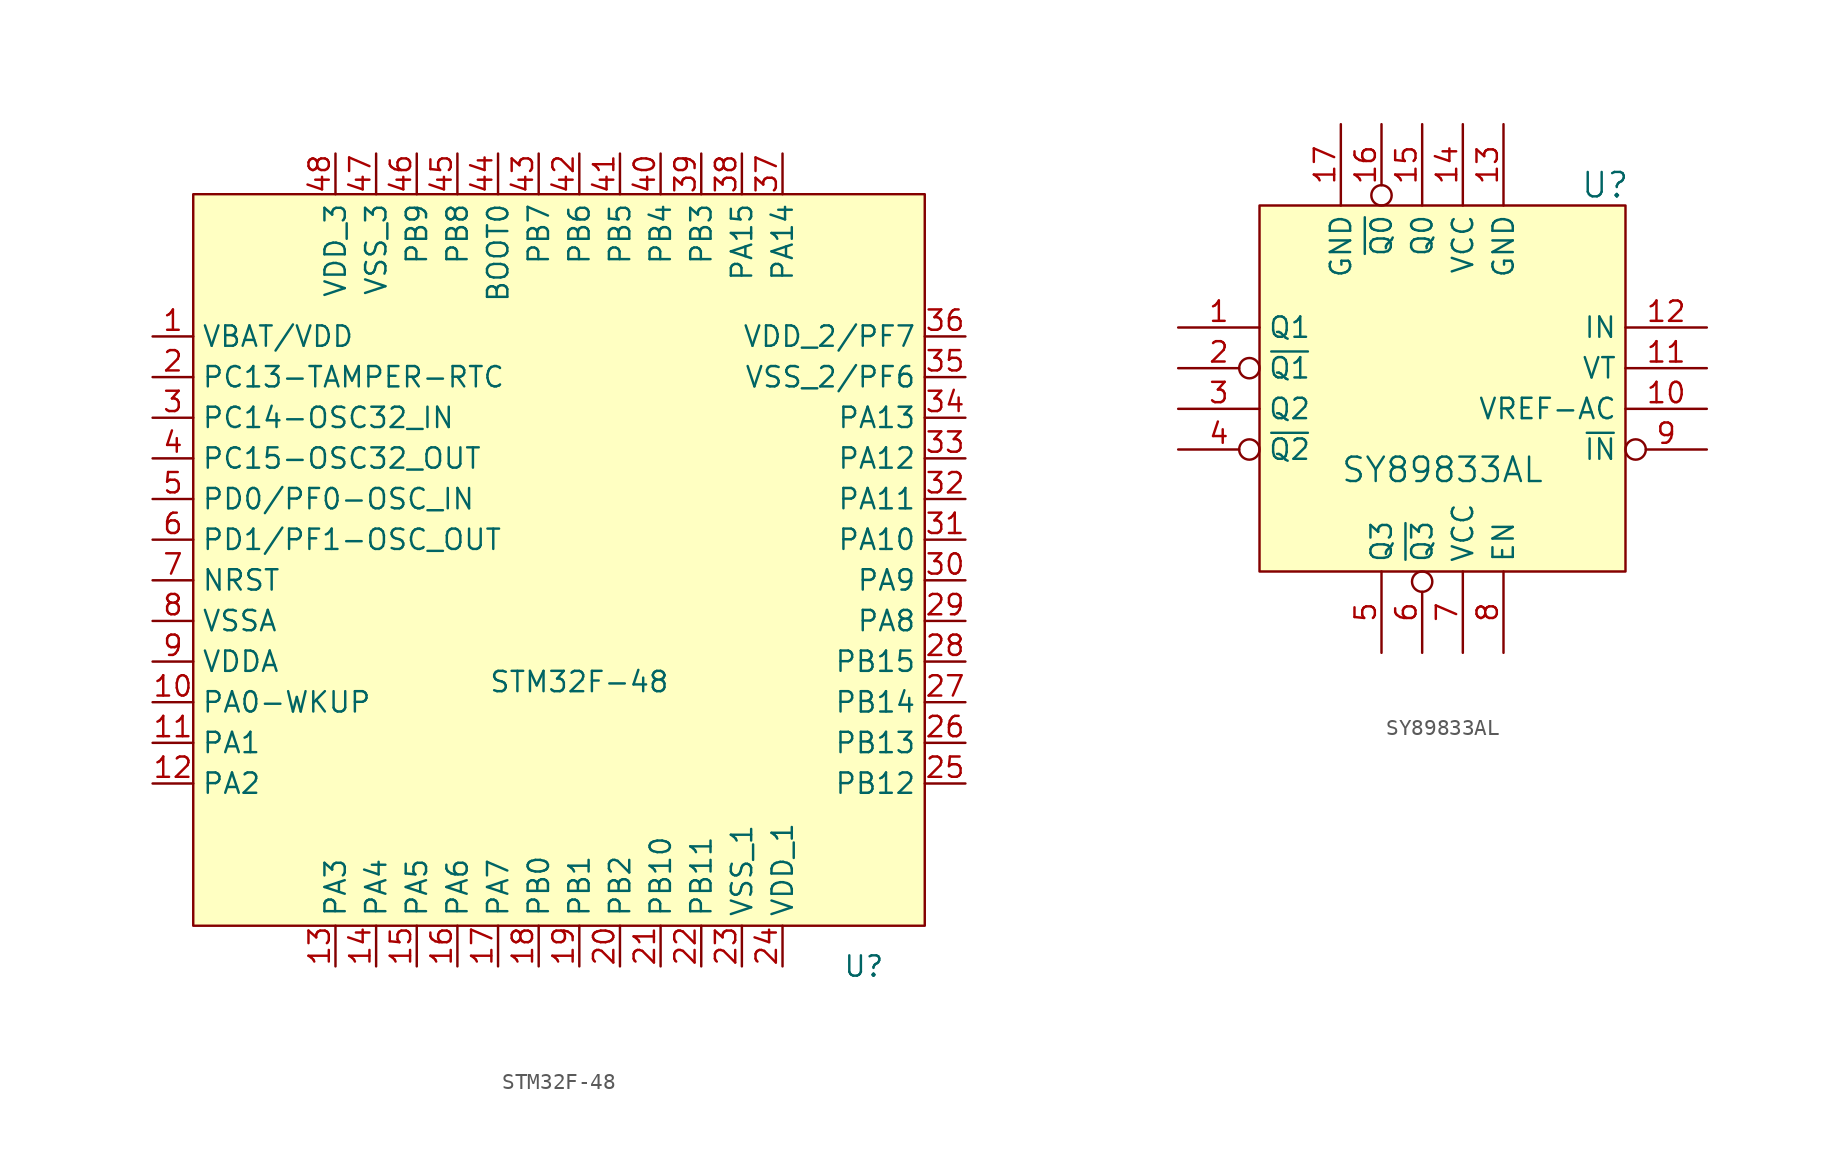
<source format=kicad_sym>
(kicad_symbol_lib
  (version 20241209)
  (generator "kicad_symbol_editor")
  (generator_version "9.0")
  (symbol "STM32F-48"
    (property "Reference" "U"
      (at 19.05 -25.4 0)
      (effects (font (size 1.27 1.27))))
    (property "Value" "STM32F-48"
      (at 1.27 -7.62 0)
      (effects (font (size 1.27 1.27))))
    (symbol "STM32F-48_0_1"
      (rectangle (start -22.86 22.86) (end 22.86 -22.86) (stroke (width 0) (type default)) (fill (type background))))
    (symbol "STM32F-48_1_1"
      (pin power_in line (at -25.4 13.97 0) (length 2.54) (name "VBAT/VDD" (effects (font (size 1.27 1.27)))) (number "1" (effects (font (size 1.27 1.27)))))
      (pin bidirectional line (at -25.4 11.43 0) (length 2.54) (name "PC13-TAMPER-RTC" (effects (font (size 1.27 1.27)))) (number "2" (effects (font (size 1.27 1.27)))))
      (pin bidirectional line (at -25.4 8.89 0) (length 2.54) (name "PC14-OSC32_IN" (effects (font (size 1.27 1.27)))) (number "3" (effects (font (size 1.27 1.27)))))
      (pin bidirectional line (at -25.4 6.35 0) (length 2.54) (name "PC15-OSC32_OUT" (effects (font (size 1.27 1.27)))) (number "4" (effects (font (size 1.27 1.27)))))
      (pin bidirectional line (at -25.4 3.81 0) (length 2.54) (name "PD0/PF0-OSC_IN" (effects (font (size 1.27 1.27)))) (number "5" (effects (font (size 1.27 1.27)))))
      (pin bidirectional line (at -25.4 1.27 0) (length 2.54) (name "PD1/PF1-OSC_OUT" (effects (font (size 1.27 1.27)))) (number "6" (effects (font (size 1.27 1.27)))))
      (pin bidirectional line (at -25.4 -1.27 0) (length 2.54) (name "NRST" (effects (font (size 1.27 1.27)))) (number "7" (effects (font (size 1.27 1.27)))))
      (pin power_in line (at -25.4 -3.81 0) (length 2.54) (name "VSSA" (effects (font (size 1.27 1.27)))) (number "8" (effects (font (size 1.27 1.27)))))
      (pin power_in line (at -25.4 -6.35 0) (length 2.54) (name "VDDA" (effects (font (size 1.27 1.27)))) (number "9" (effects (font (size 1.27 1.27)))))
      (pin bidirectional line (at -25.4 -8.89 0) (length 2.54) (name "PA0-WKUP" (effects (font (size 1.27 1.27)))) (number "10" (effects (font (size 1.27 1.27)))))
      (pin bidirectional line (at -25.4 -11.43 0) (length 2.54) (name "PA1" (effects (font (size 1.27 1.27)))) (number "11" (effects (font (size 1.27 1.27)))))
      (pin bidirectional line (at -25.4 -13.97 0) (length 2.54) (name "PA2" (effects (font (size 1.27 1.27)))) (number "12" (effects (font (size 1.27 1.27)))))
      (pin power_in line (at -13.97 25.4 270) (length 2.54) (name "VDD_3" (effects (font (size 1.27 1.27)))) (number "48" (effects (font (size 1.27 1.27)))))
      (pin bidirectional line (at -13.97 -25.4 90) (length 2.54) (name "PA3" (effects (font (size 1.27 1.27)))) (number "13" (effects (font (size 1.27 1.27)))))
      (pin power_in line (at -11.43 25.4 270) (length 2.54) (name "VSS_3" (effects (font (size 1.27 1.27)))) (number "47" (effects (font (size 1.27 1.27)))))
      (pin bidirectional line (at -11.43 -25.4 90) (length 2.54) (name "PA4" (effects (font (size 1.27 1.27)))) (number "14" (effects (font (size 1.27 1.27)))))
      (pin bidirectional line (at -8.89 25.4 270) (length 2.54) (name "PB9" (effects (font (size 1.27 1.27)))) (number "46" (effects (font (size 1.27 1.27)))))
      (pin bidirectional line (at -8.89 -25.4 90) (length 2.54) (name "PA5" (effects (font (size 1.27 1.27)))) (number "15" (effects (font (size 1.27 1.27)))))
      (pin bidirectional line (at -6.35 25.4 270) (length 2.54) (name "PB8" (effects (font (size 1.27 1.27)))) (number "45" (effects (font (size 1.27 1.27)))))
      (pin bidirectional line (at -6.35 -25.4 90) (length 2.54) (name "PA6" (effects (font (size 1.27 1.27)))) (number "16" (effects (font (size 1.27 1.27)))))
      (pin input line (at -3.81 25.4 270) (length 2.54) (name "BOOT0" (effects (font (size 1.27 1.27)))) (number "44" (effects (font (size 1.27 1.27)))))
      (pin bidirectional line (at -3.81 -25.4 90) (length 2.54) (name "PA7" (effects (font (size 1.27 1.27)))) (number "17" (effects (font (size 1.27 1.27)))))
      (pin bidirectional line (at -1.27 25.4 270) (length 2.54) (name "PB7" (effects (font (size 1.27 1.27)))) (number "43" (effects (font (size 1.27 1.27)))))
      (pin bidirectional line (at -1.27 -25.4 90) (length 2.54) (name "PB0" (effects (font (size 1.27 1.27)))) (number "18" (effects (font (size 1.27 1.27)))))
      (pin bidirectional line (at 1.27 25.4 270) (length 2.54) (name "PB6" (effects (font (size 1.27 1.27)))) (number "42" (effects (font (size 1.27 1.27)))))
      (pin bidirectional line (at 1.27 -25.4 90) (length 2.54) (name "PB1" (effects (font (size 1.27 1.27)))) (number "19" (effects (font (size 1.27 1.27)))))
      (pin bidirectional line (at 3.81 25.4 270) (length 2.54) (name "PB5" (effects (font (size 1.27 1.27)))) (number "41" (effects (font (size 1.27 1.27)))))
      (pin bidirectional line (at 3.81 -25.4 90) (length 2.54) (name "PB2" (effects (font (size 1.27 1.27)))) (number "20" (effects (font (size 1.27 1.27)))))
      (pin bidirectional line (at 6.35 25.4 270) (length 2.54) (name "PB4" (effects (font (size 1.27 1.27)))) (number "40" (effects (font (size 1.27 1.27)))))
      (pin bidirectional line (at 6.35 -25.4 90) (length 2.54) (name "PB10" (effects (font (size 1.27 1.27)))) (number "21" (effects (font (size 1.27 1.27)))))
      (pin bidirectional line (at 8.89 25.4 270) (length 2.54) (name "PB3" (effects (font (size 1.27 1.27)))) (number "39" (effects (font (size 1.27 1.27)))))
      (pin bidirectional line (at 8.89 -25.4 90) (length 2.54) (name "PB11" (effects (font (size 1.27 1.27)))) (number "22" (effects (font (size 1.27 1.27)))))
      (pin bidirectional line (at 11.43 25.4 270) (length 2.54) (name "PA15" (effects (font (size 1.27 1.27)))) (number "38" (effects (font (size 1.27 1.27)))))
      (pin power_in line (at 11.43 -25.4 90) (length 2.54) (name "VSS_1" (effects (font (size 1.27 1.27)))) (number "23" (effects (font (size 1.27 1.27)))))
      (pin bidirectional line (at 13.97 25.4 270) (length 2.54) (name "PA14" (effects (font (size 1.27 1.27)))) (number "37" (effects (font (size 1.27 1.27)))))
      (pin power_in line (at 13.97 -25.4 90) (length 2.54) (name "VDD_1" (effects (font (size 1.27 1.27)))) (number "24" (effects (font (size 1.27 1.27)))))
      (pin power_in line (at 25.4 13.97 180) (length 2.54) (name "VDD_2/PF7" (effects (font (size 1.27 1.27)))) (number "36" (effects (font (size 1.27 1.27)))))
      (pin power_in line (at 25.4 11.43 180) (length 2.54) (name "VSS_2/PF6" (effects (font (size 1.27 1.27)))) (number "35" (effects (font (size 1.27 1.27)))))
      (pin bidirectional line (at 25.4 8.89 180) (length 2.54) (name "PA13" (effects (font (size 1.27 1.27)))) (number "34" (effects (font (size 1.27 1.27)))))
      (pin bidirectional line (at 25.4 6.35 180) (length 2.54) (name "PA12" (effects (font (size 1.27 1.27)))) (number "33" (effects (font (size 1.27 1.27)))))
      (pin bidirectional line (at 25.4 3.81 180) (length 2.54) (name "PA11" (effects (font (size 1.27 1.27)))) (number "32" (effects (font (size 1.27 1.27)))))
      (pin bidirectional line (at 25.4 1.27 180) (length 2.54) (name "PA10" (effects (font (size 1.27 1.27)))) (number "31" (effects (font (size 1.27 1.27)))))
      (pin bidirectional line (at 25.4 -1.27 180) (length 2.54) (name "PA9" (effects (font (size 1.27 1.27)))) (number "30" (effects (font (size 1.27 1.27)))))
      (pin bidirectional line (at 25.4 -3.81 180) (length 2.54) (name "PA8" (effects (font (size 1.27 1.27)))) (number "29" (effects (font (size 1.27 1.27)))))
      (pin bidirectional line (at 25.4 -6.35 180) (length 2.54) (name "PB15" (effects (font (size 1.27 1.27)))) (number "28" (effects (font (size 1.27 1.27)))))
      (pin bidirectional line (at 25.4 -8.89 180) (length 2.54) (name "PB14" (effects (font (size 1.27 1.27)))) (number "27" (effects (font (size 1.27 1.27)))))
      (pin bidirectional line (at 25.4 -11.43 180) (length 2.54) (name "PB13" (effects (font (size 1.27 1.27)))) (number "26" (effects (font (size 1.27 1.27)))))
      (pin bidirectional line (at 25.4 -13.97 180) (length 2.54) (name "PB12" (effects (font (size 1.27 1.27)))) (number "25" (effects (font (size 1.27 1.27)))))))
  (symbol "SY89833AL"
    (property "Reference" "U"
      (at 10.16 12.7 0)
      (effects (font (size 1.524 1.524))))
    (property "Value" "SY89833AL"
      (at 0 -5.08 0)
      (effects (font (size 1.524 1.524))))
    (property "Footprint" ""
      (at 0 0 0)
      (effects (font (size 1.524 1.524))))
    (property "Datasheet" ""
      (at 0 0 0)
      (effects (font (size 1.524 1.524))))
    (symbol "SY89833AL_0_1"
      (rectangle (start -11.43 11.43) (end 11.43 -11.43) (stroke (width 0) (type default)) (fill (type background))))
    (symbol "SY89833AL_1_1"
      (pin output line (at -16.51 3.81 0) (length 5.08) (name "Q1" (effects (font (size 1.27 1.27)))) (number "1" (effects (font (size 1.27 1.27)))))
      (pin output inverted (at -16.51 1.27 0) (length 5.08) (name "~{Q1}" (effects (font (size 1.27 1.27)))) (number "2" (effects (font (size 1.27 1.27)))))
      (pin output line (at -16.51 -1.27 0) (length 5.08) (name "Q2" (effects (font (size 1.27 1.27)))) (number "3" (effects (font (size 1.27 1.27)))))
      (pin output inverted (at -16.51 -3.81 0) (length 5.08) (name "~{Q2}" (effects (font (size 1.27 1.27)))) (number "4" (effects (font (size 1.27 1.27)))))
      (pin power_in line (at -6.35 16.51 270) (length 5.08) (name "GND" (effects (font (size 1.27 1.27)))) (number "17" (effects (font (size 1.27 1.27)))))
      (pin output inverted (at -3.81 16.51 270) (length 5.08) (name "~{Q0}" (effects (font (size 1.27 1.27)))) (number "16" (effects (font (size 1.27 1.27)))))
      (pin output line (at -3.81 -16.51 90) (length 5.08) (name "Q3" (effects (font (size 1.27 1.27)))) (number "5" (effects (font (size 1.27 1.27)))))
      (pin output line (at -1.27 16.51 270) (length 5.08) (name "Q0" (effects (font (size 1.27 1.27)))) (number "15" (effects (font (size 1.27 1.27)))))
      (pin output inverted (at -1.27 -16.51 90) (length 5.08) (name "~{Q3}" (effects (font (size 1.27 1.27)))) (number "6" (effects (font (size 1.27 1.27)))))
      (pin power_in line (at 1.27 16.51 270) (length 5.08) (name "VCC" (effects (font (size 1.27 1.27)))) (number "14" (effects (font (size 1.27 1.27)))))
      (pin power_in line (at 1.27 -16.51 90) (length 5.08) (name "VCC" (effects (font (size 1.27 1.27)))) (number "7" (effects (font (size 1.27 1.27)))))
      (pin power_in line (at 3.81 16.51 270) (length 5.08) (name "GND" (effects (font (size 1.27 1.27)))) (number "13" (effects (font (size 1.27 1.27)))))
      (pin input line (at 3.81 -16.51 90) (length 5.08) (name "EN" (effects (font (size 1.27 1.27)))) (number "8" (effects (font (size 1.27 1.27)))))
      (pin input line (at 16.51 3.81 180) (length 5.08) (name "IN" (effects (font (size 1.27 1.27)))) (number "12" (effects (font (size 1.27 1.27)))))
      (pin passive line (at 16.51 1.27 180) (length 5.08) (name "VT" (effects (font (size 1.27 1.27)))) (number "11" (effects (font (size 1.27 1.27)))))
      (pin output line (at 16.51 -1.27 180) (length 5.08) (name "VREF-AC" (effects (font (size 1.27 1.27)))) (number "10" (effects (font (size 1.27 1.27)))))
      (pin input inverted (at 16.51 -3.81 180) (length 5.08) (name "~{IN}" (effects (font (size 1.27 1.27)))) (number "9" (effects (font (size 1.27 1.27))))))))
</source>
